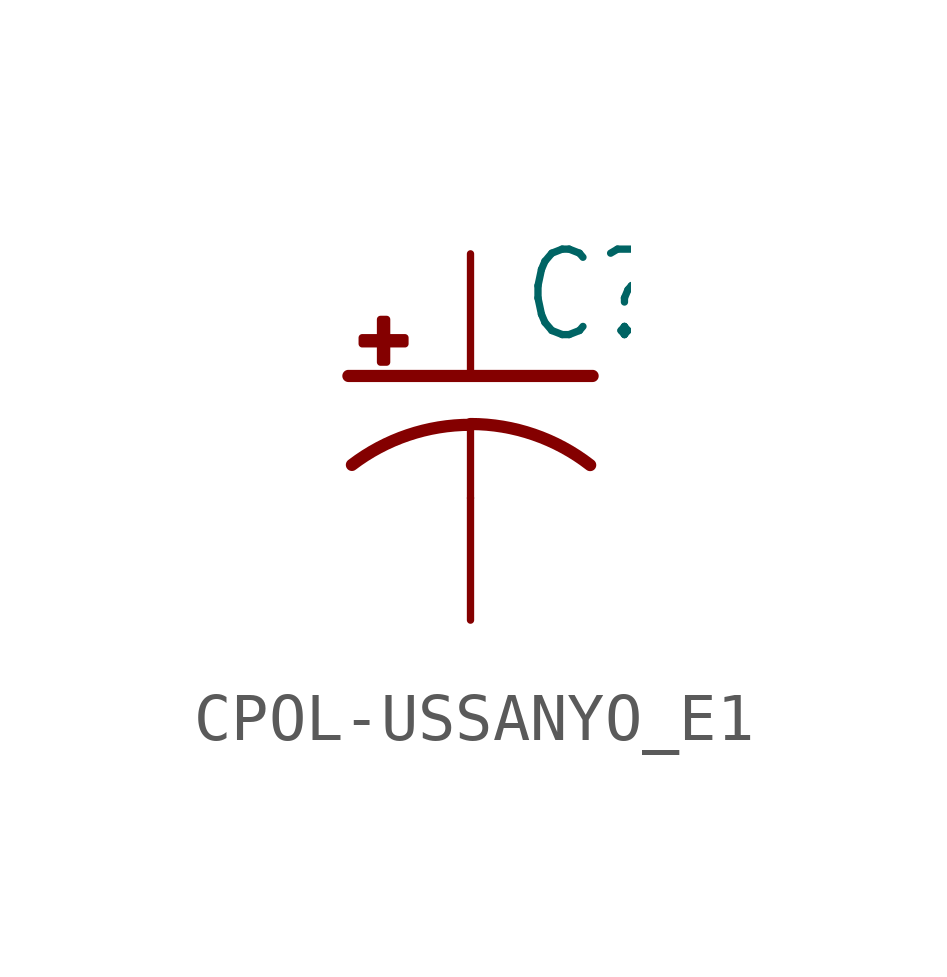
<source format=kicad_sym>
(kicad_symbol_lib
  (version 20231120)
  (generator "kicad_symbol_editor")
  (generator_version "8.0")
  (symbol "CPOL-USSANYO_E1"
    (property "Reference" "C"
      (at 1.016 0.635 0)
      (effects (font (size 1.778 1.511)) (justify left bottom)))
    (property "Value" ""
      (at 1.016 -4.191 0)
      (effects (font (size 1.778 1.511)) (justify left bottom)))
    (property "ki_locked" ""
      (at 0 0 0)
      (effects (font (size 1.27 1.27))))
    (symbol "CPOL-USSANYO_E1_1_0"
      (rectangle (start -2.253 0.668) (end -1.364 0.795) (stroke (width 0) (type default)) (fill (type outline)))
      (rectangle (start -1.872 0.287) (end -1.745 1.176) (stroke (width 0) (type default)) (fill (type outline)))
      (arc (start 0 -1.0161) (mid -1.3021 -1.2303) (end -2.4669 -1.8504) (stroke (width 0.254) (type solid)) (fill (type none)))
      (polyline (pts (xy -2.54 0) (xy 2.54 0)) (stroke (width 0.254) (type solid)) (fill (type none)))
      (polyline (pts (xy 0 -1.016) (xy 0 -2.54)) (stroke (width 0.152) (type solid)) (fill (type none)))
      (arc (start 2.4892 -1.8541) (mid 1.3158 -1.2194) (end 0 -1) (stroke (width 0.254) (type solid)) (fill (type none)))
      (pin passive line (at 0 2.54 270) (length 2.54) (name "+" (effects (font (size 0 0)))) (number "+" (effects (font (size 0 0)))))
      (pin passive line (at 0 -5.08 90) (length 2.54) (name "-" (effects (font (size 0 0)))) (number "-" (effects (font (size 0 0))))))))
</source>
